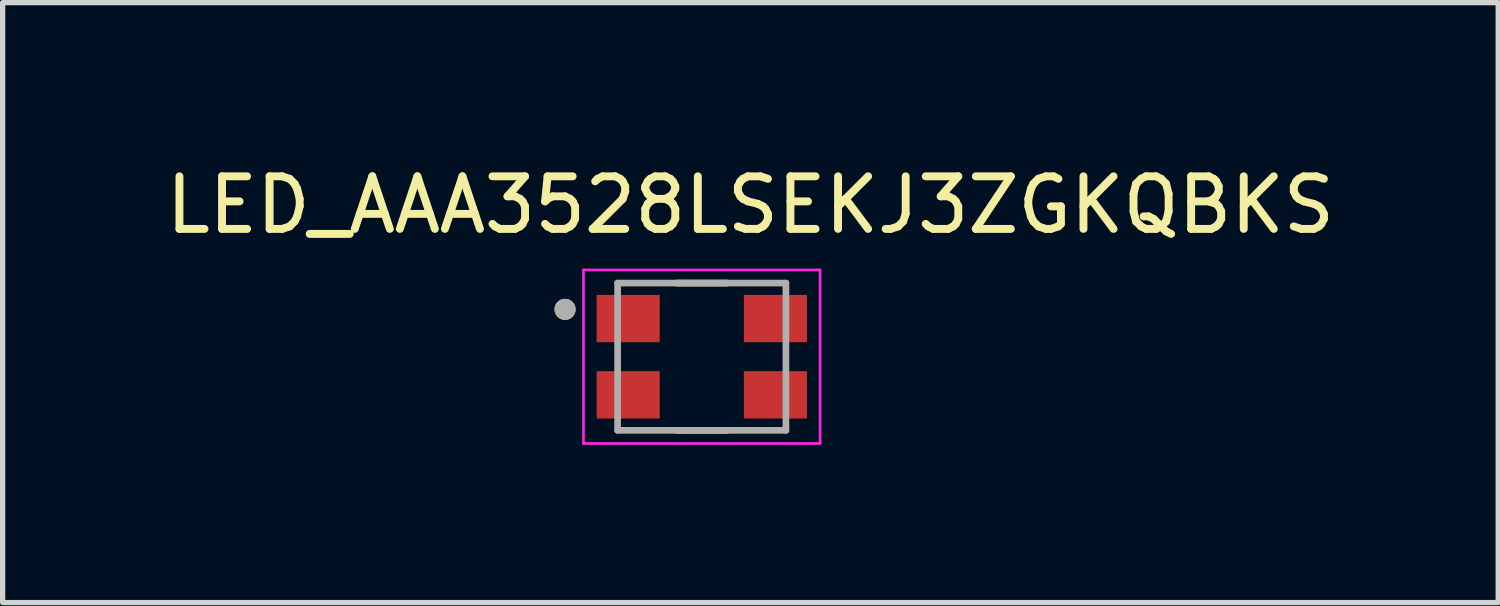
<source format=kicad_pcb>
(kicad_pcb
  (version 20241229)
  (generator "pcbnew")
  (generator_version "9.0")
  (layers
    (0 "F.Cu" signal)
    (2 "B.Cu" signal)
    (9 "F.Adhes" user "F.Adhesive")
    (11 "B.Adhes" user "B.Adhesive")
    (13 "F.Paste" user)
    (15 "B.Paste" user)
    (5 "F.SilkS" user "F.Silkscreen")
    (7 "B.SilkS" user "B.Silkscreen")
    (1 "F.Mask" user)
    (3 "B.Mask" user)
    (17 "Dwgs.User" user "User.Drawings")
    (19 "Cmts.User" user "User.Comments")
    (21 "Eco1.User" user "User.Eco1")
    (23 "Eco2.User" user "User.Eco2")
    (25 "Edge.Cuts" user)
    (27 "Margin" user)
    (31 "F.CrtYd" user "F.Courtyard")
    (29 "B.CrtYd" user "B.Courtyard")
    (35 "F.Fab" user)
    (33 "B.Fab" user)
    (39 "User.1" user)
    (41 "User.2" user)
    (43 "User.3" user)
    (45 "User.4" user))
  (footprint "LED_AAA3528LSEKJ3ZGKQBKS"
    (layer "F.Cu")
    (at 10.295 3.733)
    (property "Reference" "LED_AAA3528LSEKJ3ZGKQBKS" (at 0.925 -2.885 0) (layer "F.SilkS") (effects (font (size 1 1) (thickness 0.15))))
    (attr smd)
    (fp_line (start -0.48 -1.4) (end 0.48 -1.4) (stroke (width 0.127) (type solid)) (layer "F.SilkS"))
    (fp_line (start -0.48 1.4) (end 0.48 1.4) (stroke (width 0.127) (type solid)) (layer "F.SilkS"))
    (fp_circle (center -2.6 -0.9) (end -2.5 -0.9) (stroke (width 0.2) (type solid)) (fill no) (layer "F.SilkS"))
    (fp_line (start -2.25 -1.65) (end 2.25 -1.65) (stroke (width 0.05) (type solid)) (layer "F.CrtYd"))
    (fp_line (start -2.25 1.65) (end -2.25 -1.65) (stroke (width 0.05) (type solid)) (layer "F.CrtYd"))
    (fp_line (start 2.25 -1.65) (end 2.25 1.65) (stroke (width 0.05) (type solid)) (layer "F.CrtYd"))
    (fp_line (start 2.25 1.65) (end -2.25 1.65) (stroke (width 0.05) (type solid)) (layer "F.CrtYd"))
    (fp_line (start -1.6 -1.4) (end 1.6 -1.4) (stroke (width 0.127) (type solid)) (layer "F.Fab"))
    (fp_line (start -1.6 1.4) (end -1.6 -1.4) (stroke (width 0.127) (type solid)) (layer "F.Fab"))
    (fp_line (start 1.6 -1.4) (end 1.6 1.4) (stroke (width 0.127) (type solid)) (layer "F.Fab"))
    (fp_line (start 1.6 1.4) (end -1.6 1.4) (stroke (width 0.127) (type solid)) (layer "F.Fab"))
    (fp_circle (center -2.6 -0.9) (end -2.5 -0.9) (stroke (width 0.2) (type solid)) (fill no) (layer "F.Fab"))
    (pad "1" smd rect (at -1.4 -0.725) (size 1.2 0.9) (layers "F.Cu" "F.Mask" "F.Paste"))
    (pad "2" smd rect (at 1.4 -0.725) (size 1.2 0.9) (layers "F.Cu" "F.Mask" "F.Paste"))
    (pad "3" smd rect (at 1.4 0.725) (size 1.2 0.9) (layers "F.Cu" "F.Mask" "F.Paste"))
    (pad "4" smd rect (at -1.4 0.725) (size 1.2 0.9) (layers "F.Cu" "F.Mask" "F.Paste")))
  (gr_rect
    (start -3 -3)
    (end 25.44 8.408)
    (stroke (width 0.1) (type default))
    (fill no)
    (layer "Edge.Cuts")))
</source>
